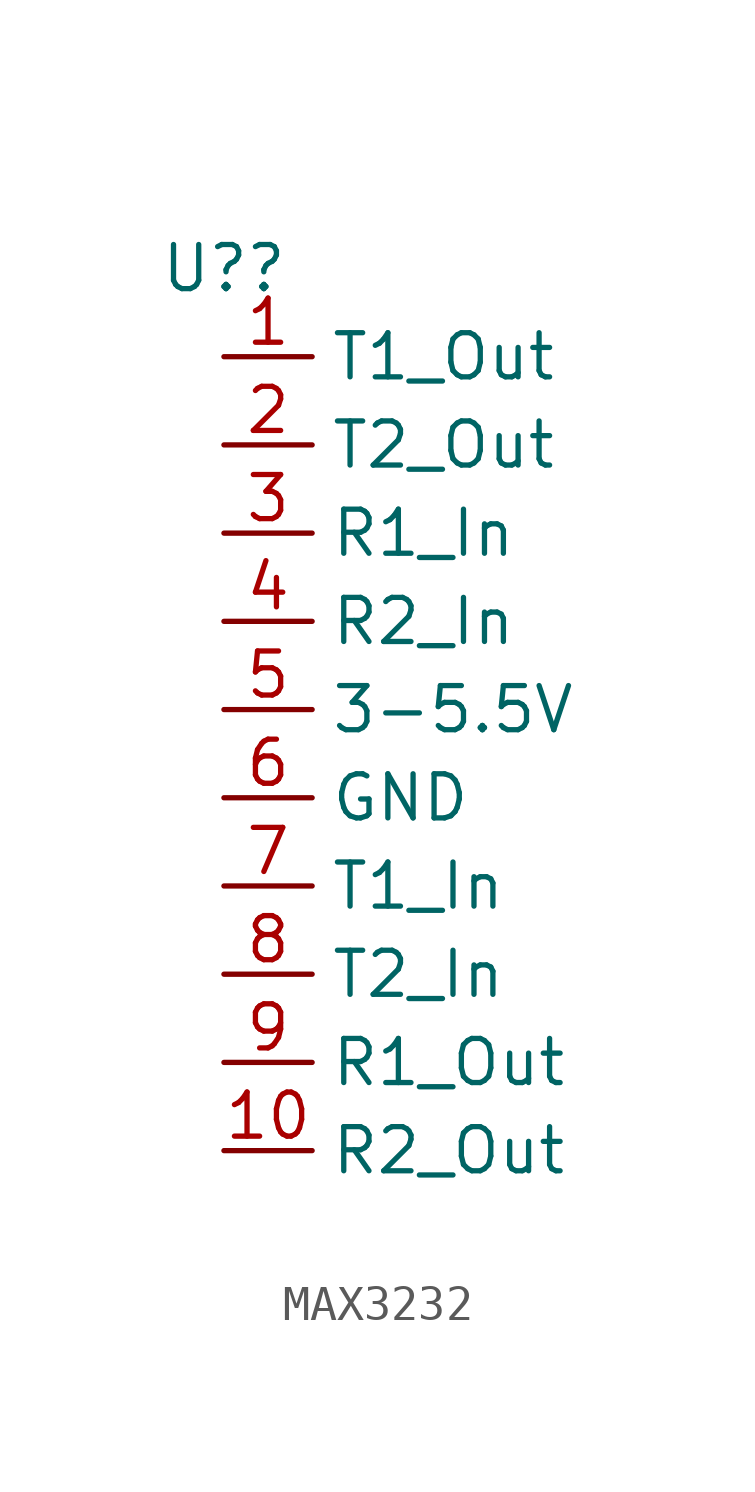
<source format=kicad_sym>
(kicad_symbol_lib
  (version 20231120)
  (generator "kicad_symbol_editor")
  (generator_version "8.0")
  (symbol "MAX3232"
    (property "Reference" "U?"
      (at 0 0 0)
      (effects (font (size 1.27 1.27))))
    (symbol "MAX3232_1_1"
      (pin output line (at 0 -2.54 0) (length 2.54) (name "T1_Out" (effects (font (size 1.27 1.27)))) (number "1" (effects (font (size 1.27 1.27)))))
      (pin output line (at 0 -25.4 0) (length 2.54) (name "R2_Out" (effects (font (size 1.27 1.27)))) (number "10" (effects (font (size 1.27 1.27)))))
      (pin output line (at 0 -5.08 0) (length 2.54) (name "T2_Out" (effects (font (size 1.27 1.27)))) (number "2" (effects (font (size 1.27 1.27)))))
      (pin input line (at 0 -7.62 0) (length 2.54) (name "R1_In" (effects (font (size 1.27 1.27)))) (number "3" (effects (font (size 1.27 1.27)))))
      (pin input line (at 0 -10.16 0) (length 2.54) (name "R2_In" (effects (font (size 1.27 1.27)))) (number "4" (effects (font (size 1.27 1.27)))))
      (pin input line (at 0 -12.7 0) (length 2.54) (name "3-5.5V" (effects (font (size 1.27 1.27)))) (number "5" (effects (font (size 1.27 1.27)))))
      (pin input line (at 0 -15.24 0) (length 2.54) (name "GND" (effects (font (size 1.27 1.27)))) (number "6" (effects (font (size 1.27 1.27)))))
      (pin input line (at 0 -17.78 0) (length 2.54) (name "T1_In" (effects (font (size 1.27 1.27)))) (number "7" (effects (font (size 1.27 1.27)))))
      (pin input line (at 0 -20.32 0) (length 2.54) (name "T2_In" (effects (font (size 1.27 1.27)))) (number "8" (effects (font (size 1.27 1.27)))))
      (pin output line (at 0 -22.86 0) (length 2.54) (name "R1_Out" (effects (font (size 1.27 1.27)))) (number "9" (effects (font (size 1.27 1.27))))))))
</source>
